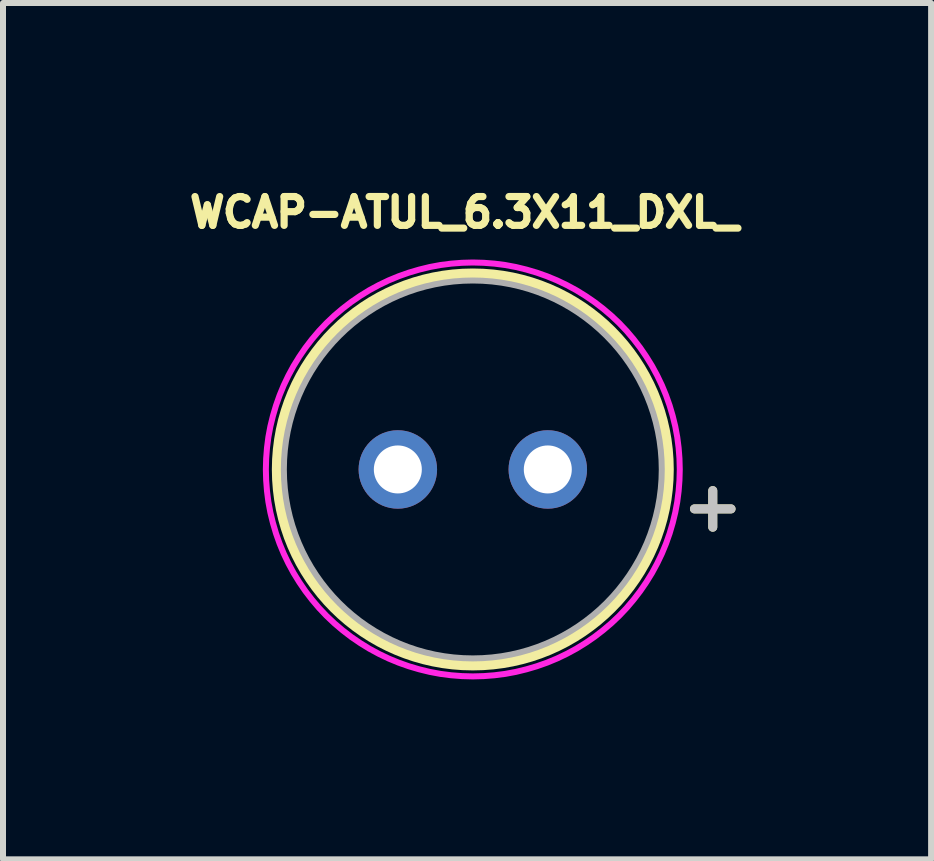
<source format=kicad_pcb>
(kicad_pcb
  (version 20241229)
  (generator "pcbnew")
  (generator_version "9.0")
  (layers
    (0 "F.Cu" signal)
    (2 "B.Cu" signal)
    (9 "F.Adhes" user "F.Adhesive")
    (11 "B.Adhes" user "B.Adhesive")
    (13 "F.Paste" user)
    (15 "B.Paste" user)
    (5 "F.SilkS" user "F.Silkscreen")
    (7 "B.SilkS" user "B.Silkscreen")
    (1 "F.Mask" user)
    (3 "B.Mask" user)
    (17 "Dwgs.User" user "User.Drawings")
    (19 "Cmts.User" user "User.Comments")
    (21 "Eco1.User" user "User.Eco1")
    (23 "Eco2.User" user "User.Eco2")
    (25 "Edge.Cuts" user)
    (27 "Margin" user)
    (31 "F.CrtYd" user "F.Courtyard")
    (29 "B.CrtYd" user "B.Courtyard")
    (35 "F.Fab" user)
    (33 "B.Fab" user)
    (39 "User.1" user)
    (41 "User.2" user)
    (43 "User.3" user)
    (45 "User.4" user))
  (footprint "WCAP-ATUL_6.3X11_DXL_"
    (layer "F.Cu")
    (at 4.832 4.776)
    (property "Reference" "WCAP-ATUL_6.3X11_DXL_" (at -0.14 -4.285 0) (layer "F.SilkS") (effects (font (size 0.48 0.48) (thickness 0.15))))
    (attr through_hole)
    (fp_circle (center 0 0) (end 3.25 0) (stroke (width 0.2) (type solid)) (fill no) (layer "F.SilkS"))
    (fp_poly (pts (xy 3.45 0) (xy 3.445 0.181) (xy 3.431 0.361) (xy 3.408 0.54) (xy 3.375 0.717) (xy 3.332 0.893) (xy 3.281 1.066) (xy 3.221 1.236) (xy 3.152 1.403) (xy 3.074 1.566) (xy 2.988 1.725) (xy 2.893 1.879) (xy 2.791 2.028) (xy 2.681 2.171) (xy 2.564 2.309) (xy 2.44 2.44) (xy 2.309 2.564) (xy 2.171 2.681) (xy 2.028 2.791) (xy 1.879 2.893) (xy 1.725 2.988) (xy 1.566 3.074) (xy 1.403 3.152) (xy 1.236 3.221) (xy 1.066 3.281) (xy 0.893 3.332) (xy 0.717 3.375) (xy 0.54 3.408) (xy 0.361 3.431) (xy 0.181 3.445) (xy 0 3.45) (xy -0.181 3.445) (xy -0.361 3.431) (xy -0.54 3.408) (xy -0.717 3.375) (xy -0.893 3.332) (xy -1.066 3.281) (xy -1.236 3.221) (xy -1.403 3.152) (xy -1.566 3.074) (xy -1.725 2.988) (xy -1.879 2.893) (xy -2.028 2.791) (xy -2.171 2.681) (xy -2.309 2.564) (xy -2.44 2.44) (xy -2.564 2.309) (xy -2.681 2.171) (xy -2.791 2.028) (xy -2.893 1.879) (xy -2.988 1.725) (xy -3.074 1.566) (xy -3.152 1.403) (xy -3.221 1.236) (xy -3.281 1.066) (xy -3.332 0.893) (xy -3.375 0.717) (xy -3.408 0.54) (xy -3.431 0.361) (xy -3.445 0.181) (xy -3.45 0) (xy -3.445 -0.181) (xy -3.431 -0.361) (xy -3.408 -0.54) (xy -3.375 -0.717) (xy -3.332 -0.893) (xy -3.281 -1.066) (xy -3.221 -1.236) (xy -3.152 -1.403) (xy -3.074 -1.566) (xy -2.988 -1.725) (xy -2.893 -1.879) (xy -2.791 -2.028) (xy -2.681 -2.171) (xy -2.564 -2.309) (xy -2.44 -2.44) (xy -2.309 -2.564) (xy -2.171 -2.681) (xy -2.028 -2.791) (xy -1.879 -2.893) (xy -1.725 -2.988) (xy -1.566 -3.074) (xy -1.403 -3.152) (xy -1.236 -3.221) (xy -1.066 -3.281) (xy -0.893 -3.332) (xy -0.717 -3.375) (xy -0.54 -3.408) (xy -0.361 -3.431) (xy -0.181 -3.445) (xy 0 -3.45) (xy 0.181 -3.445) (xy 0.361 -3.431) (xy 0.54 -3.408) (xy 0.717 -3.375) (xy 0.893 -3.332) (xy 1.066 -3.281) (xy 1.236 -3.221) (xy 1.403 -3.152) (xy 1.566 -3.074) (xy 1.725 -2.988) (xy 1.879 -2.893) (xy 2.028 -2.791) (xy 2.171 -2.681) (xy 2.309 -2.564) (xy 2.44 -2.44) (xy 2.564 -2.309) (xy 2.681 -2.171) (xy 2.791 -2.028) (xy 2.893 -1.879) (xy 2.988 -1.725) (xy 3.074 -1.566) (xy 3.152 -1.403) (xy 3.221 -1.236) (xy 3.281 -1.066) (xy 3.332 -0.893) (xy 3.375 -0.717) (xy 3.408 -0.54) (xy 3.431 -0.361) (xy 3.445 -0.181) (xy 3.45 0)) (stroke (width 0.1) (type solid)) (fill no) (layer "F.CrtYd"))
    (fp_circle (center 0 0) (end 3.15 0) (stroke (width 0.1) (type solid)) (fill no) (layer "F.Fab"))
    (fp_text user "+" (at 4 0.6 0) (layer "F.SilkS") (effects (font (size 0.8 0.8) (thickness 0.15))))
    (fp_text user "+" (at 4 0.6 0) (layer "Dwgs.User") (effects (font (size 0.8 0.8) (thickness 0.15))))
    (pad "1" thru_hole circle (at 1.25 0) (size 1.308 1.308) (drill 0.8) (layers "*.Cu" "*.Mask"))
    (pad "2" thru_hole circle (at -1.25 0) (size 1.308 1.308) (drill 0.8) (layers "*.Cu" "*.Mask")))
  (gr_rect
    (start -3 -3)
    (end 12.472 11.276)
    (stroke (width 0.1) (type default))
    (fill no)
    (layer "Edge.Cuts")))
</source>
